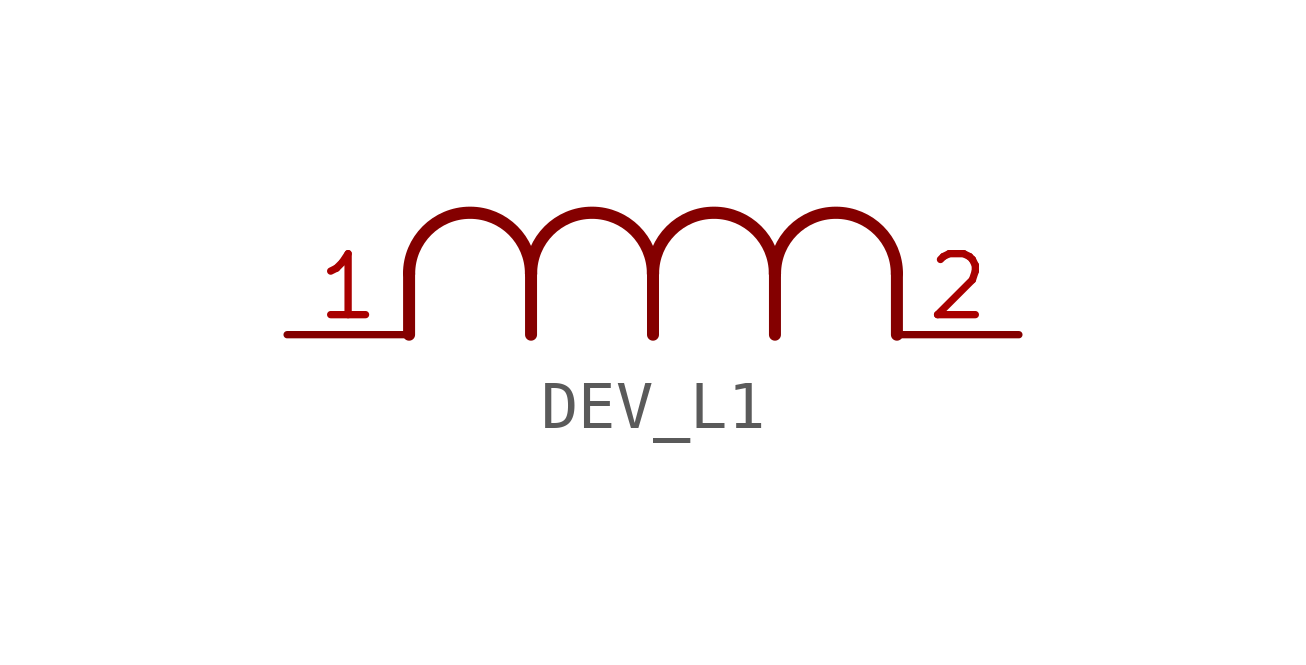
<source format=kicad_sym>
(kicad_symbol_lib
  (version 20231120)
  (generator "kicad_symbol_editor")
  (generator_version "8.0")
  (symbol "DEV_L1"
    (property "Reference" "L"
      (at 0 0 0)
      (effects (font (size 1.27 1.27)) (hide yes)))
    (property "ki_locked" ""
      (at 0 0 0)
      (effects (font (size 1.27 1.27))))
    (symbol "DEV_L1_1_0"
      (arc (start -2.54 0) (mid -3.81 1.2701) (end -5.08 -0.0001) (stroke (width 0.254) (type solid)) (fill (type none)))
      (arc (start 0 0) (mid -1.27 1.2701) (end -2.54 -0.0001) (stroke (width 0.254) (type solid)) (fill (type none)))
      (polyline (pts (xy -5.08 -1.27) (xy -5.08 0)) (stroke (width 0.25) (type solid)) (fill (type none)))
      (polyline (pts (xy -2.54 -1.27) (xy -2.54 0)) (stroke (width 0.25) (type solid)) (fill (type none)))
      (polyline (pts (xy 0 -1.27) (xy 0 0)) (stroke (width 0.25) (type solid)) (fill (type none)))
      (polyline (pts (xy 2.54 -1.27) (xy 2.54 0)) (stroke (width 0.25) (type solid)) (fill (type none)))
      (polyline (pts (xy 5.08 -1.27) (xy 5.08 0)) (stroke (width 0.25) (type solid)) (fill (type none)))
      (arc (start 2.54 0) (mid 1.27 1.2701) (end 0 -0.0001) (stroke (width 0.254) (type solid)) (fill (type none)))
      (arc (start 5.08 0) (mid 3.81 1.2701) (end 2.54 -0.0001) (stroke (width 0.254) (type solid)) (fill (type none)))
      (pin passive line (at -7.62 -1.27 0) (length 2.54) (name "1" (effects (font (size 0 0)))) (number "1" (effects (font (size 1.27 1.27)))))
      (pin passive line (at 7.62 -1.27 180) (length 2.54) (name "2" (effects (font (size 0 0)))) (number "2" (effects (font (size 1.27 1.27))))))))
</source>
